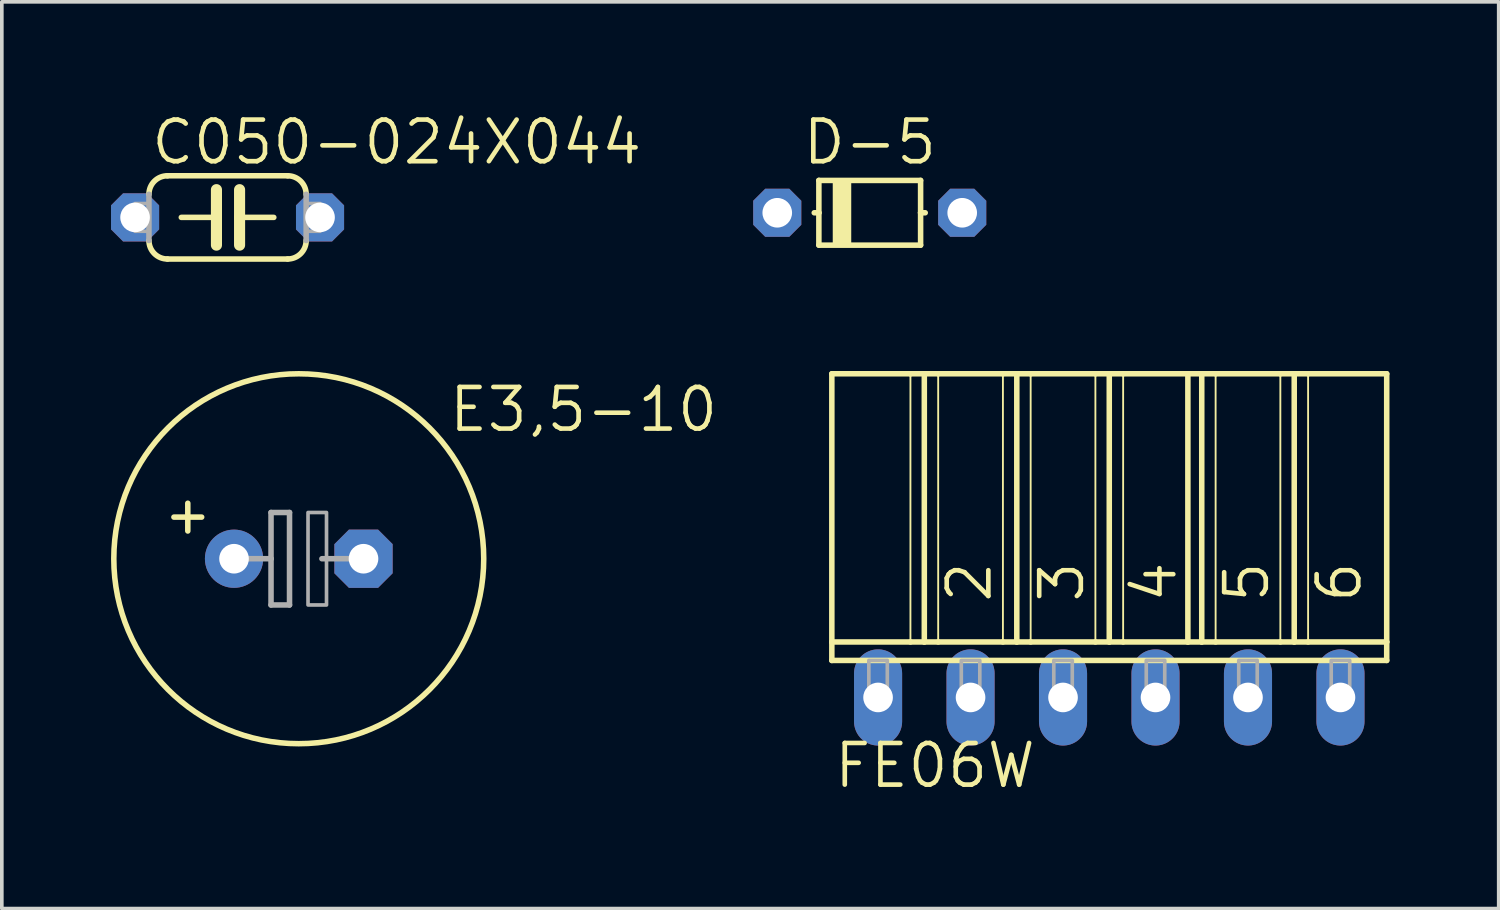
<source format=kicad_pcb>
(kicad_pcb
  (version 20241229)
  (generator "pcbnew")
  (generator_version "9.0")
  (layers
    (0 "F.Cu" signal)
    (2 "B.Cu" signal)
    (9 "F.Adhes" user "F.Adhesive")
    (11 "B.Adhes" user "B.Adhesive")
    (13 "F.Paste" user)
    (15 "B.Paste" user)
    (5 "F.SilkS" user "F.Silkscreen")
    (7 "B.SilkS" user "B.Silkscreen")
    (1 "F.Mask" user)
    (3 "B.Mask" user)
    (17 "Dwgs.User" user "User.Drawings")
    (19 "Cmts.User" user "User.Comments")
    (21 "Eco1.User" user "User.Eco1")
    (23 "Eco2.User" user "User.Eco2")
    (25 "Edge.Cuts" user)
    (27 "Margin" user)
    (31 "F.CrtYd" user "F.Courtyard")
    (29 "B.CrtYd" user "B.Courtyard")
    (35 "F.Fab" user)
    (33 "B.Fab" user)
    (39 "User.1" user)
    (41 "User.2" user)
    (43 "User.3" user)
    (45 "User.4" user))
  (footprint "FE06W"
    (layer "F.Cu")
    (at 27.417 16.106)
    (property "Reference" "FE06W" (at -7.62 2.54 0) (layer "F.SilkS") (effects (font (size 1.143 1.143) (thickness 0.127)) (justify left bottom)))
    (fp_line (start -7.62 -8.89) (end -5.461 -8.89) (stroke (width 0.152) (type solid)) (layer "F.SilkS"))
    (fp_line (start -7.62 -1.524) (end -7.62 -8.89) (stroke (width 0.152) (type solid)) (layer "F.SilkS"))
    (fp_line (start -7.62 -1.524) (end -5.461 -1.524) (stroke (width 0.152) (type solid)) (layer "F.SilkS"))
    (fp_line (start -7.62 -1.016) (end -7.62 -1.524) (stroke (width 0.152) (type solid)) (layer "F.SilkS"))
    (fp_line (start -7.62 -1.016) (end 7.62 -1.016) (stroke (width 0.152) (type solid)) (layer "F.SilkS"))
    (fp_line (start -5.461 -8.89) (end -5.461 -1.524) (stroke (width 0.051) (type solid)) (layer "F.SilkS"))
    (fp_line (start -5.461 -8.89) (end -5.08 -8.89) (stroke (width 0.152) (type solid)) (layer "F.SilkS"))
    (fp_line (start -5.461 -1.524) (end -5.08 -1.524) (stroke (width 0.152) (type solid)) (layer "F.SilkS"))
    (fp_line (start -5.08 -8.89) (end -5.08 -1.524) (stroke (width 0.152) (type solid)) (layer "F.SilkS"))
    (fp_line (start -5.08 -8.89) (end -4.699 -8.89) (stroke (width 0.152) (type solid)) (layer "F.SilkS"))
    (fp_line (start -5.08 -1.524) (end -4.699 -1.524) (stroke (width 0.152) (type solid)) (layer "F.SilkS"))
    (fp_line (start -4.699 -8.89) (end -4.699 -1.524) (stroke (width 0.051) (type solid)) (layer "F.SilkS"))
    (fp_line (start -4.699 -8.89) (end -2.921 -8.89) (stroke (width 0.152) (type solid)) (layer "F.SilkS"))
    (fp_line (start -4.699 -1.524) (end -2.921 -1.524) (stroke (width 0.152) (type solid)) (layer "F.SilkS"))
    (fp_line (start -2.921 -8.89) (end -2.921 -1.524) (stroke (width 0.051) (type solid)) (layer "F.SilkS"))
    (fp_line (start -2.921 -8.89) (end -2.54 -8.89) (stroke (width 0.152) (type solid)) (layer "F.SilkS"))
    (fp_line (start -2.921 -1.524) (end -2.54 -1.524) (stroke (width 0.152) (type solid)) (layer "F.SilkS"))
    (fp_line (start -2.54 -8.89) (end -2.54 -1.524) (stroke (width 0.152) (type solid)) (layer "F.SilkS"))
    (fp_line (start -2.54 -8.89) (end -2.159 -8.89) (stroke (width 0.152) (type solid)) (layer "F.SilkS"))
    (fp_line (start -2.54 -1.524) (end -2.159 -1.524) (stroke (width 0.152) (type solid)) (layer "F.SilkS"))
    (fp_line (start -2.159 -8.89) (end -2.159 -1.524) (stroke (width 0.051) (type solid)) (layer "F.SilkS"))
    (fp_line (start -2.159 -8.89) (end -0.381 -8.89) (stroke (width 0.152) (type solid)) (layer "F.SilkS"))
    (fp_line (start -2.159 -1.524) (end -0.381 -1.524) (stroke (width 0.152) (type solid)) (layer "F.SilkS"))
    (fp_line (start -0.381 -8.89) (end -0.381 -1.524) (stroke (width 0.051) (type solid)) (layer "F.SilkS"))
    (fp_line (start -0.381 -8.89) (end 0 -8.89) (stroke (width 0.152) (type solid)) (layer "F.SilkS"))
    (fp_line (start -0.381 -1.524) (end 0 -1.524) (stroke (width 0.152) (type solid)) (layer "F.SilkS"))
    (fp_line (start 0 -8.89) (end 0 -1.524) (stroke (width 0.152) (type solid)) (layer "F.SilkS"))
    (fp_line (start 0 -8.89) (end 0.381 -8.89) (stroke (width 0.152) (type solid)) (layer "F.SilkS"))
    (fp_line (start 0 -1.524) (end 0.381 -1.524) (stroke (width 0.152) (type solid)) (layer "F.SilkS"))
    (fp_line (start 0.381 -8.89) (end 0.381 -1.524) (stroke (width 0.051) (type solid)) (layer "F.SilkS"))
    (fp_line (start 0.381 -8.89) (end 2.159 -8.89) (stroke (width 0.152) (type solid)) (layer "F.SilkS"))
    (fp_line (start 0.381 -1.524) (end 2.159 -1.524) (stroke (width 0.152) (type solid)) (layer "F.SilkS"))
    (fp_line (start 2.159 -8.89) (end 2.159 -1.524) (stroke (width 0.152) (type solid)) (layer "F.SilkS"))
    (fp_line (start 2.159 -8.89) (end 2.54 -8.89) (stroke (width 0.152) (type solid)) (layer "F.SilkS"))
    (fp_line (start 2.159 -1.524) (end 2.54 -1.524) (stroke (width 0.152) (type solid)) (layer "F.SilkS"))
    (fp_line (start 2.54 -8.89) (end 2.54 -1.524) (stroke (width 0.152) (type solid)) (layer "F.SilkS"))
    (fp_line (start 2.54 -8.89) (end 2.921 -8.89) (stroke (width 0.152) (type solid)) (layer "F.SilkS"))
    (fp_line (start 2.54 -1.524) (end 2.921 -1.524) (stroke (width 0.152) (type solid)) (layer "F.SilkS"))
    (fp_line (start 2.921 -8.89) (end 2.921 -1.524) (stroke (width 0.051) (type solid)) (layer "F.SilkS"))
    (fp_line (start 2.921 -8.89) (end 4.699 -8.89) (stroke (width 0.152) (type solid)) (layer "F.SilkS"))
    (fp_line (start 2.921 -1.524) (end 4.699 -1.524) (stroke (width 0.152) (type solid)) (layer "F.SilkS"))
    (fp_line (start 4.699 -8.89) (end 4.699 -1.524) (stroke (width 0.051) (type solid)) (layer "F.SilkS"))
    (fp_line (start 4.699 -8.89) (end 5.08 -8.89) (stroke (width 0.152) (type solid)) (layer "F.SilkS"))
    (fp_line (start 4.699 -1.524) (end 5.08 -1.524) (stroke (width 0.152) (type solid)) (layer "F.SilkS"))
    (fp_line (start 5.08 -8.89) (end 5.08 -1.524) (stroke (width 0.152) (type solid)) (layer "F.SilkS"))
    (fp_line (start 5.08 -8.89) (end 5.461 -8.89) (stroke (width 0.152) (type solid)) (layer "F.SilkS"))
    (fp_line (start 5.08 -1.524) (end 5.461 -1.524) (stroke (width 0.152) (type solid)) (layer "F.SilkS"))
    (fp_line (start 5.461 -8.89) (end 5.461 -1.524) (stroke (width 0.051) (type solid)) (layer "F.SilkS"))
    (fp_line (start 5.461 -8.89) (end 7.62 -8.89) (stroke (width 0.152) (type solid)) (layer "F.SilkS"))
    (fp_line (start 5.461 -1.524) (end 7.62 -1.524) (stroke (width 0.152) (type solid)) (layer "F.SilkS"))
    (fp_line (start 7.62 -8.89) (end 7.62 -1.524) (stroke (width 0.152) (type solid)) (layer "F.SilkS"))
    (fp_line (start 7.62 -1.524) (end 7.62 -1.016) (stroke (width 0.152) (type solid)) (layer "F.SilkS"))
    (fp_poly (pts (xy -6.604 0) (xy -6.096 0) (xy -6.096 -1.016) (xy -6.604 -1.016)) (stroke (width 0.1) (type solid)) (fill no) (layer "F.Fab"))
    (fp_poly (pts (xy -4.064 0) (xy -3.556 0) (xy -3.556 -1.016) (xy -4.064 -1.016)) (stroke (width 0.1) (type solid)) (fill no) (layer "F.Fab"))
    (fp_poly (pts (xy -1.524 0) (xy -1.016 0) (xy -1.016 -1.016) (xy -1.524 -1.016)) (stroke (width 0.1) (type solid)) (fill no) (layer "F.Fab"))
    (fp_poly (pts (xy 1.016 0) (xy 1.524 0) (xy 1.524 -1.016) (xy 1.016 -1.016)) (stroke (width 0.1) (type solid)) (fill no) (layer "F.Fab"))
    (fp_poly (pts (xy 3.556 0) (xy 4.064 0) (xy 4.064 -1.016) (xy 3.556 -1.016)) (stroke (width 0.1) (type solid)) (fill no) (layer "F.Fab"))
    (fp_poly (pts (xy 6.096 0) (xy 6.604 0) (xy 6.604 -1.016) (xy 6.096 -1.016)) (stroke (width 0.1) (type solid)) (fill no) (layer "F.Fab"))
    (fp_text user "4" (at 1.905 -2.54 90) (layer "F.SilkS") (effects (font (size 1.143 1.143) (thickness 0.127)) (justify left bottom)))
    (fp_text user "6" (at 6.985 -2.54 90) (layer "F.SilkS") (effects (font (size 1.143 1.143) (thickness 0.127)) (justify left bottom)))
    (fp_text user "2" (at -3.175 -2.54 90) (layer "F.SilkS") (effects (font (size 1.143 1.143) (thickness 0.127)) (justify left bottom)))
    (fp_text user "5" (at 4.445 -2.54 90) (layer "F.SilkS") (effects (font (size 1.143 1.143) (thickness 0.127)) (justify left bottom)))
    (fp_text user "3" (at -0.635 -2.54 90) (layer "F.SilkS") (effects (font (size 1.143 1.143) (thickness 0.127)) (justify left bottom)))
    (pad "1" thru_hole oval (at -6.35 0 90) (size 2.642 1.321) (drill 0.813) (layers "*.Cu" "*.Mask"))
    (pad "2" thru_hole oval (at -3.81 0 90) (size 2.642 1.321) (drill 0.813) (layers "*.Cu" "*.Mask"))
    (pad "3" thru_hole oval (at -1.27 0 90) (size 2.642 1.321) (drill 0.813) (layers "*.Cu" "*.Mask"))
    (pad "4" thru_hole oval (at 1.27 0 90) (size 2.642 1.321) (drill 0.813) (layers "*.Cu" "*.Mask"))
    (pad "5" thru_hole oval (at 3.81 0 90) (size 2.642 1.321) (drill 0.813) (layers "*.Cu" "*.Mask"))
    (pad "6" thru_hole oval (at 6.35 0 90) (size 2.642 1.321) (drill 0.813) (layers "*.Cu" "*.Mask")))
  (footprint "C050-024X044"
    (layer "F.Cu")
    (at 3.2 2.921)
    (property "Reference" "C050-024X044" (at -2.159 -1.397 0) (layer "F.SilkS") (effects (font (size 1.143 1.143) (thickness 0.127)) (justify left bottom)))
    (fp_line (start -1.27 0) (end -0.305 0) (stroke (width 0.152) (type solid)) (layer "F.SilkS"))
    (fp_line (start -0.305 -0.762) (end -0.305 0) (stroke (width 0.305) (type solid)) (layer "F.SilkS"))
    (fp_line (start -0.305 0) (end -0.305 0.762) (stroke (width 0.305) (type solid)) (layer "F.SilkS"))
    (fp_line (start 0.33 -0.762) (end 0.33 0) (stroke (width 0.305) (type solid)) (layer "F.SilkS"))
    (fp_line (start 0.33 0) (end 0.33 0.762) (stroke (width 0.305) (type solid)) (layer "F.SilkS"))
    (fp_line (start 1.27 0) (end 0.33 0) (stroke (width 0.152) (type solid)) (layer "F.SilkS"))
    (fp_line (start 1.651 -1.143) (end -1.651 -1.143) (stroke (width 0.152) (type solid)) (layer "F.SilkS"))
    (fp_line (start 1.651 1.143) (end -1.651 1.143) (stroke (width 0.152) (type solid)) (layer "F.SilkS"))
    (fp_arc (start -2.159 -0.635) (mid -2.01021 -0.99421) (end -1.651 -1.143) (stroke (width 0.1524) (type solid)) (layer "F.SilkS"))
    (fp_arc (start -1.651 1.143) (mid -2.01021 0.99421) (end -2.159 0.635) (stroke (width 0.1524) (type solid)) (layer "F.SilkS"))
    (fp_arc (start 1.651 -1.143) (mid 2.01021 -0.99421) (end 2.159 -0.635) (stroke (width 0.1524) (type solid)) (layer "F.SilkS"))
    (fp_arc (start 2.159 0.635) (mid 2.01021 0.99421) (end 1.651 1.143) (stroke (width 0.1524) (type solid)) (layer "F.SilkS"))
    (fp_line (start -2.159 0.635) (end -2.159 -0.635) (stroke (width 0.152) (type solid)) (layer "F.Fab"))
    (fp_line (start 2.159 0.635) (end 2.159 -0.635) (stroke (width 0.152) (type solid)) (layer "F.Fab"))
    (fp_poly (pts (xy -2.54 0.381) (xy -2.159 0.381) (xy -2.159 -0.381) (xy -2.54 -0.381)) (stroke (width 0.1) (type solid)) (fill no) (layer "F.Fab"))
    (fp_poly (pts (xy 2.159 0.381) (xy 2.54 0.381) (xy 2.54 -0.381) (xy 2.159 -0.381)) (stroke (width 0.1) (type solid)) (fill no) (layer "F.Fab"))
    (pad "1" thru_hole roundrect (at -2.54 0) (size 1.321 1.321) (drill 0.813) (layers "*.Cu" "*.Mask") (roundrect_rratio 0.25) (chamfer_ratio 0.25) (chamfer top_left top_right bottom_left bottom_right))
    (pad "2" thru_hole roundrect (at 2.54 0) (size 1.321 1.321) (drill 0.813) (layers "*.Cu" "*.Mask") (roundrect_rratio 0.25) (chamfer_ratio 0.25) (chamfer top_left top_right bottom_left bottom_right)))
  (footprint "D-5"
    (layer "F.Cu")
    (at 20.838 2.794)
    (property "Reference" "D-5" (at -1.905 -1.27 0) (layer "F.SilkS") (effects (font (size 1.143 1.143) (thickness 0.127)) (justify left bottom)))
    (fp_line (start -1.397 -0.889) (end -1.397 0) (stroke (width 0.152) (type solid)) (layer "F.SilkS"))
    (fp_line (start -1.397 0) (end -1.524 0) (stroke (width 0.152) (type solid)) (layer "F.SilkS"))
    (fp_line (start -1.397 0) (end -1.397 0.889) (stroke (width 0.152) (type solid)) (layer "F.SilkS"))
    (fp_line (start -1.397 0.889) (end 1.397 0.889) (stroke (width 0.152) (type solid)) (layer "F.SilkS"))
    (fp_line (start 1.397 -0.889) (end -1.397 -0.889) (stroke (width 0.152) (type solid)) (layer "F.SilkS"))
    (fp_line (start 1.397 0) (end 1.397 -0.889) (stroke (width 0.152) (type solid)) (layer "F.SilkS"))
    (fp_line (start 1.397 0.889) (end 1.397 0) (stroke (width 0.152) (type solid)) (layer "F.SilkS"))
    (fp_line (start 1.524 0) (end 1.397 0) (stroke (width 0.152) (type solid)) (layer "F.SilkS"))
    (fp_poly (pts (xy -1.016 0.889) (xy -0.508 0.889) (xy -0.508 -0.889) (xy -1.016 -0.889)) (stroke (width 0) (type solid)) (fill yes) (layer "F.SilkS"))
    (pad "A" thru_hole roundrect (at 2.54 0) (size 1.321 1.321) (drill 0.813) (layers "*.Cu" "*.Mask") (roundrect_rratio 0.25) (chamfer_ratio 0.25) (chamfer top_left top_right bottom_left bottom_right))
    (pad "C" thru_hole roundrect (at -2.54 0) (size 1.321 1.321) (drill 0.813) (layers "*.Cu" "*.Mask") (roundrect_rratio 0.25) (chamfer_ratio 0.25) (chamfer top_left top_right bottom_left bottom_right)))
  (footprint "E3,5-10"
    (layer "F.Cu")
    (at 5.156 12.296)
    (property "Reference" "E3,5-10" (at 4.064 -3.429 0) (layer "F.SilkS") (effects (font (size 1.143 1.143) (thickness 0.127)) (justify left bottom)))
    (fp_line (start -3.429 -1.143) (end -2.667 -1.143) (stroke (width 0.152) (type solid)) (layer "F.SilkS"))
    (fp_line (start -3.048 -0.762) (end -3.048 -1.524) (stroke (width 0.152) (type solid)) (layer "F.SilkS"))
    (fp_circle (center 0 0) (end 5.08 0) (stroke (width 0.152) (type solid)) (fill no) (layer "F.SilkS"))
    (fp_line (start -1.651 0) (end -0.762 0) (stroke (width 0.152) (type solid)) (layer "F.Fab"))
    (fp_line (start -0.762 -1.27) (end -0.762 0) (stroke (width 0.152) (type solid)) (layer "F.Fab"))
    (fp_line (start -0.762 0) (end -0.762 1.27) (stroke (width 0.152) (type solid)) (layer "F.Fab"))
    (fp_line (start -0.762 1.27) (end -0.254 1.27) (stroke (width 0.152) (type solid)) (layer "F.Fab"))
    (fp_line (start -0.254 -1.27) (end -0.762 -1.27) (stroke (width 0.152) (type solid)) (layer "F.Fab"))
    (fp_line (start -0.254 1.27) (end -0.254 -1.27) (stroke (width 0.152) (type solid)) (layer "F.Fab"))
    (fp_line (start 0.635 0) (end 1.651 0) (stroke (width 0.152) (type solid)) (layer "F.Fab"))
    (fp_poly (pts (xy 0.254 1.27) (xy 0.762 1.27) (xy 0.762 -1.27) (xy 0.254 -1.27)) (stroke (width 0.1) (type solid)) (fill no) (layer "F.Fab"))
    (pad "+" thru_hole circle (at -1.778 0) (size 1.6 1.6) (drill 0.813) (layers "*.Cu" "*.Mask"))
    (pad "-" thru_hole roundrect (at 1.778 0) (size 1.6 1.6) (drill 0.813) (layers "*.Cu" "*.Mask") (roundrect_rratio 0.25) (chamfer_ratio 0.25) (chamfer top_left top_right bottom_left bottom_right)))
  (gr_rect
    (start -3 -3)
    (end 38.113 21.905)
    (stroke (width 0.1) (type default))
    (fill no)
    (layer "Edge.Cuts")))
</source>
